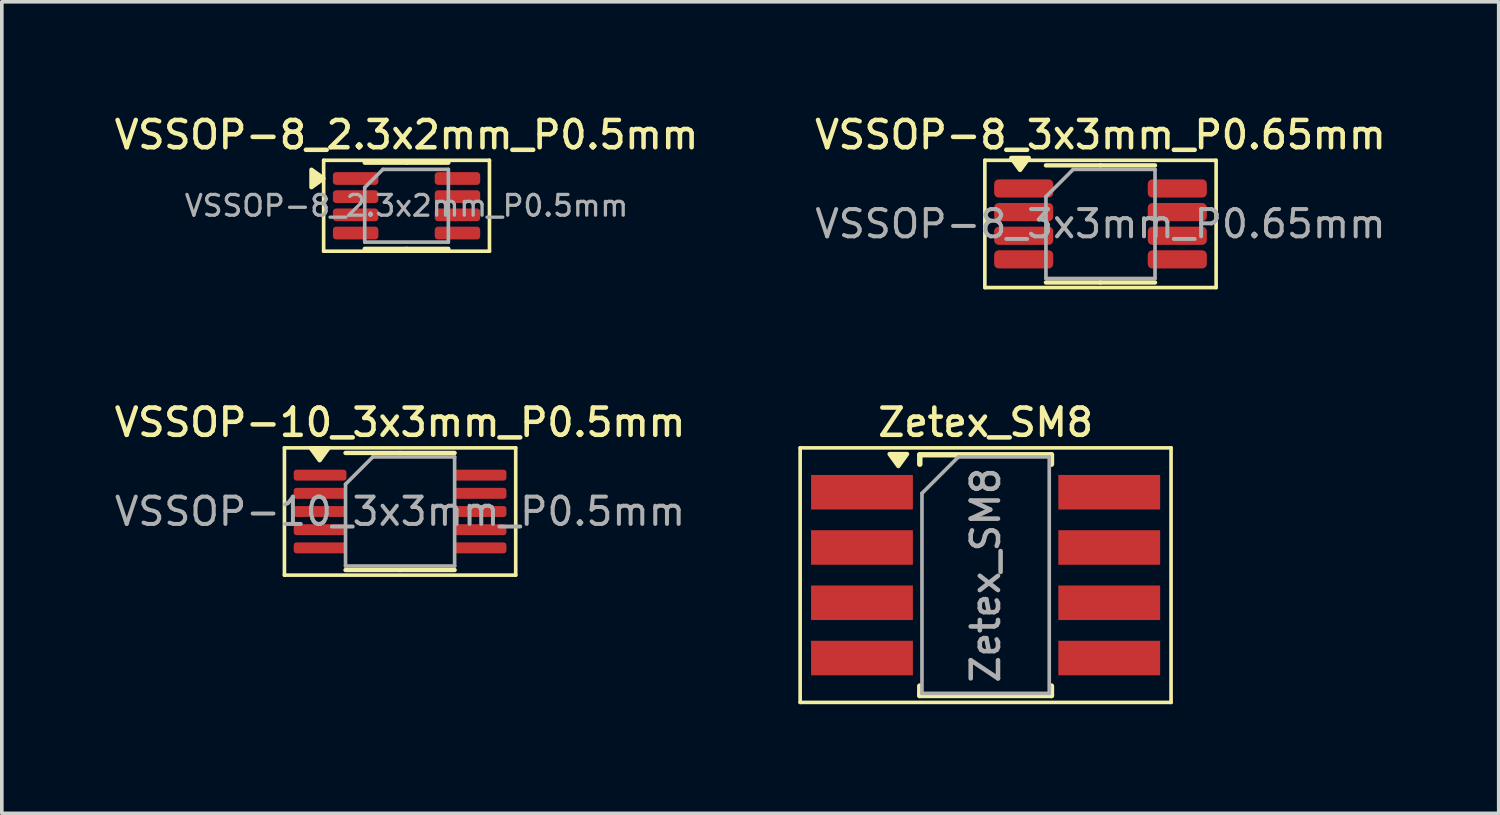
<source format=kicad_pcb>
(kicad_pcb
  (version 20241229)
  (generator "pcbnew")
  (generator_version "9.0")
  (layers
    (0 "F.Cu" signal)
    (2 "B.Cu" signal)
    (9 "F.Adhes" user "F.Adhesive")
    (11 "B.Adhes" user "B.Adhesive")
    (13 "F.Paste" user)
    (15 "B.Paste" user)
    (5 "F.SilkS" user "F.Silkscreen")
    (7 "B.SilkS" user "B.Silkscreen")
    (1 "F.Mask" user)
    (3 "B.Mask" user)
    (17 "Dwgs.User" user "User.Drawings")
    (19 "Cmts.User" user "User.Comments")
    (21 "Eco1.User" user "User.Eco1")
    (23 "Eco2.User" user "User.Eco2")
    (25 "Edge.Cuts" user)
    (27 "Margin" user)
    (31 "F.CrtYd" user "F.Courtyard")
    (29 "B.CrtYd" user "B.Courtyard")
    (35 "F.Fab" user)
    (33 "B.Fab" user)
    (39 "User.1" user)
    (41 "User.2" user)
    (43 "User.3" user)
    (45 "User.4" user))
  (footprint "VSSOP-8_2.3x2mm_P0.5mm"
    (layer "F.Cu")
    (at 8.13 2.608)
    (property "Reference" "VSSOP-8_2.3x2mm_P0.5mm" (at 0 -1.95 0) (layer "F.SilkS") (effects (font (size 0.75 0.75) (thickness 0.125))))
    (attr smd)
    (fp_line (start -2.28 -1.25) (end -2.28 1.25) (stroke (width 0.1) (type solid)) (layer "F.SilkS"))
    (fp_line (start -2.28 1.25) (end 2.28 1.25) (stroke (width 0.1) (type solid)) (layer "F.SilkS"))
    (fp_line (start 0 -1.185) (end -1.15 -1.185) (stroke (width 0.12) (type solid)) (layer "F.SilkS"))
    (fp_line (start 0 -1.185) (end 1.15 -1.185) (stroke (width 0.12) (type solid)) (layer "F.SilkS"))
    (fp_line (start 0 1.185) (end -1.15 1.185) (stroke (width 0.12) (type solid)) (layer "F.SilkS"))
    (fp_line (start 0 1.185) (end 1.15 1.185) (stroke (width 0.12) (type solid)) (layer "F.SilkS"))
    (fp_line (start 2.28 -1.25) (end -2.28 -1.25) (stroke (width 0.1) (type solid)) (layer "F.SilkS"))
    (fp_line (start 2.28 1.25) (end 2.28 -1.25) (stroke (width 0.1) (type solid)) (layer "F.SilkS"))
    (fp_poly (pts (xy -2.285 -0.75) (xy -2.615 -0.99) (xy -2.615 -0.51) (xy -2.285 -0.75)) (stroke (width 0.12) (type solid)) (fill yes) (layer "F.SilkS"))
    (fp_line (start -1.15 -0.5) (end -0.65 -1) (stroke (width 0.1) (type solid)) (layer "F.Fab"))
    (fp_line (start -1.15 1) (end -1.15 -0.5) (stroke (width 0.1) (type solid)) (layer "F.Fab"))
    (fp_line (start -0.65 -1) (end 1.15 -1) (stroke (width 0.1) (type solid)) (layer "F.Fab"))
    (fp_line (start 1.15 -1) (end 1.15 1) (stroke (width 0.1) (type solid)) (layer "F.Fab"))
    (fp_line (start 1.15 1) (end -1.15 1) (stroke (width 0.1) (type solid)) (layer "F.Fab"))
    (fp_text user "${REFERENCE}" (at 0 0 0) (layer "F.Fab") (effects (font (size 0.57 0.57) (thickness 0.09))))
    (pad "1" smd roundrect (at -1.4 -0.75) (size 1.25 0.35) (layers "F.Cu" "F.Mask" "F.Paste") (roundrect_rratio 0.25))
    (pad "2" smd roundrect (at -1.4 -0.25) (size 1.25 0.35) (layers "F.Cu" "F.Mask" "F.Paste") (roundrect_rratio 0.25))
    (pad "3" smd roundrect (at -1.4 0.25) (size 1.25 0.35) (layers "F.Cu" "F.Mask" "F.Paste") (roundrect_rratio 0.25))
    (pad "4" smd roundrect (at -1.4 0.75) (size 1.25 0.35) (layers "F.Cu" "F.Mask" "F.Paste") (roundrect_rratio 0.25))
    (pad "5" smd roundrect (at 1.4 0.75) (size 1.25 0.35) (layers "F.Cu" "F.Mask" "F.Paste") (roundrect_rratio 0.25))
    (pad "6" smd roundrect (at 1.4 0.25) (size 1.25 0.35) (layers "F.Cu" "F.Mask" "F.Paste") (roundrect_rratio 0.25))
    (pad "7" smd roundrect (at 1.4 -0.25) (size 1.25 0.35) (layers "F.Cu" "F.Mask" "F.Paste") (roundrect_rratio 0.25))
    (pad "8" smd roundrect (at 1.4 -0.75) (size 1.25 0.35) (layers "F.Cu" "F.Mask" "F.Paste") (roundrect_rratio 0.25)))
  (footprint "Zetex_SM8"
    (layer "F.Cu")
    (at 24.054 12.766)
    (property "Reference" "Zetex_SM8" (at 0 -4.2 0) (layer "F.SilkS") (effects (font (size 0.75 0.75) (thickness 0.125))))
    (attr smd)
    (fp_line (start -5.1 -3.5) (end -5.1 3.5) (stroke (width 0.1) (type solid)) (layer "F.SilkS"))
    (fp_line (start -5.1 -3.5) (end 5.1 -3.5) (stroke (width 0.1) (type solid)) (layer "F.SilkS"))
    (fp_line (start -5.1 3.5) (end 5.1 3.5) (stroke (width 0.1) (type solid)) (layer "F.SilkS"))
    (fp_line (start -1.81 -3.31) (end -1.81 -3.05) (stroke (width 0.15) (type solid)) (layer "F.SilkS"))
    (fp_line (start -1.81 -3.31) (end 1.81 -3.31) (stroke (width 0.15) (type solid)) (layer "F.SilkS"))
    (fp_line (start -1.81 3.31) (end -1.81 3.05) (stroke (width 0.15) (type solid)) (layer "F.SilkS"))
    (fp_line (start -1.81 3.31) (end 1.81 3.31) (stroke (width 0.15) (type solid)) (layer "F.SilkS"))
    (fp_line (start 1.81 -3.31) (end 1.81 -3.05) (stroke (width 0.15) (type solid)) (layer "F.SilkS"))
    (fp_line (start 1.81 3.31) (end 1.81 3.05) (stroke (width 0.15) (type solid)) (layer "F.SilkS"))
    (fp_line (start 5.1 -3.5) (end 5.1 3.5) (stroke (width 0.1) (type solid)) (layer "F.SilkS"))
    (fp_poly (pts (xy -2.4 -3) (xy -2.64 -3.33) (xy -2.16 -3.33) (xy -2.4 -3)) (stroke (width 0.12) (type solid)) (fill yes) (layer "F.SilkS"))
    (fp_line (start -1.75 -2.25) (end -0.75 -3.25) (stroke (width 0.1) (type solid)) (layer "F.Fab"))
    (fp_line (start -1.75 3.25) (end -1.75 -2.25) (stroke (width 0.1) (type solid)) (layer "F.Fab"))
    (fp_line (start -0.75 -3.25) (end 1.75 -3.25) (stroke (width 0.1) (type solid)) (layer "F.Fab"))
    (fp_line (start 1.75 -3.25) (end 1.75 3.25) (stroke (width 0.1) (type solid)) (layer "F.Fab"))
    (fp_line (start 1.75 3.25) (end -1.75 3.25) (stroke (width 0.1) (type solid)) (layer "F.Fab"))
    (fp_text user "${REFERENCE}" (at 0 0 90) (layer "F.Fab") (effects (font (size 0.75 0.75) (thickness 0.125))))
    (pad "1" smd rect (at -3.4 -2.28) (size 2.8 0.95) (layers "F.Cu" "F.Mask" "F.Paste"))
    (pad "2" smd rect (at -3.4 -0.76) (size 2.8 0.95) (layers "F.Cu" "F.Mask" "F.Paste"))
    (pad "3" smd rect (at -3.4 0.76) (size 2.8 0.95) (layers "F.Cu" "F.Mask" "F.Paste"))
    (pad "4" smd rect (at -3.4 2.28) (size 2.8 0.95) (layers "F.Cu" "F.Mask" "F.Paste"))
    (pad "5" smd rect (at 3.4 2.28) (size 2.8 0.95) (layers "F.Cu" "F.Mask" "F.Paste"))
    (pad "6" smd rect (at 3.4 0.76) (size 2.8 0.95) (layers "F.Cu" "F.Mask" "F.Paste"))
    (pad "7" smd rect (at 3.4 -0.76) (size 2.8 0.95) (layers "F.Cu" "F.Mask" "F.Paste"))
    (pad "8" smd rect (at 3.4 -2.28) (size 2.8 0.95) (layers "F.Cu" "F.Mask" "F.Paste")))
  (footprint "VSSOP-8_3x3mm_P0.65mm"
    (layer "F.Cu")
    (at 27.213 3.108)
    (property "Reference" "VSSOP-8_3x3mm_P0.65mm" (at 0 -2.45 0) (layer "F.SilkS") (effects (font (size 0.75 0.75) (thickness 0.125))))
    (attr smd)
    (fp_line (start -3.18 -1.75) (end -3.18 1.75) (stroke (width 0.1) (type solid)) (layer "F.SilkS"))
    (fp_line (start -3.18 1.75) (end 3.18 1.75) (stroke (width 0.1) (type solid)) (layer "F.SilkS"))
    (fp_line (start 0 -1.61) (end -1.5 -1.61) (stroke (width 0.12) (type solid)) (layer "F.SilkS"))
    (fp_line (start 0 -1.61) (end 1.5 -1.61) (stroke (width 0.12) (type solid)) (layer "F.SilkS"))
    (fp_line (start 0 1.61) (end -1.5 1.61) (stroke (width 0.12) (type solid)) (layer "F.SilkS"))
    (fp_line (start 0 1.61) (end 1.5 1.61) (stroke (width 0.12) (type solid)) (layer "F.SilkS"))
    (fp_line (start 3.18 -1.75) (end -3.18 -1.75) (stroke (width 0.1) (type solid)) (layer "F.SilkS"))
    (fp_line (start 3.18 1.75) (end 3.18 -1.75) (stroke (width 0.1) (type solid)) (layer "F.SilkS"))
    (fp_poly (pts (xy -2.212 -1.485) (xy -2.453 -1.815) (xy -1.972 -1.815) (xy -2.212 -1.485)) (stroke (width 0.12) (type solid)) (fill yes) (layer "F.SilkS"))
    (fp_line (start -1.5 -0.75) (end -0.75 -1.5) (stroke (width 0.1) (type solid)) (layer "F.Fab"))
    (fp_line (start -1.5 1.5) (end -1.5 -0.75) (stroke (width 0.1) (type solid)) (layer "F.Fab"))
    (fp_line (start -0.75 -1.5) (end 1.5 -1.5) (stroke (width 0.1) (type solid)) (layer "F.Fab"))
    (fp_line (start 1.5 -1.5) (end 1.5 1.5) (stroke (width 0.1) (type solid)) (layer "F.Fab"))
    (fp_line (start 1.5 1.5) (end -1.5 1.5) (stroke (width 0.1) (type solid)) (layer "F.Fab"))
    (fp_text user "${REFERENCE}" (at 0 0 0) (layer "F.Fab") (effects (font (size 0.75 0.75) (thickness 0.11))))
    (pad "1" smd roundrect (at -2.112 -0.975) (size 1.625 0.5) (layers "F.Cu" "F.Mask" "F.Paste") (roundrect_rratio 0.25))
    (pad "2" smd roundrect (at -2.112 -0.325) (size 1.625 0.5) (layers "F.Cu" "F.Mask" "F.Paste") (roundrect_rratio 0.25))
    (pad "3" smd roundrect (at -2.112 0.325) (size 1.625 0.5) (layers "F.Cu" "F.Mask" "F.Paste") (roundrect_rratio 0.25))
    (pad "4" smd roundrect (at -2.112 0.975) (size 1.625 0.5) (layers "F.Cu" "F.Mask" "F.Paste") (roundrect_rratio 0.25))
    (pad "5" smd roundrect (at 2.112 0.975) (size 1.625 0.5) (layers "F.Cu" "F.Mask" "F.Paste") (roundrect_rratio 0.25))
    (pad "6" smd roundrect (at 2.112 0.325) (size 1.625 0.5) (layers "F.Cu" "F.Mask" "F.Paste") (roundrect_rratio 0.25))
    (pad "7" smd roundrect (at 2.112 -0.325) (size 1.625 0.5) (layers "F.Cu" "F.Mask" "F.Paste") (roundrect_rratio 0.25))
    (pad "8" smd roundrect (at 2.112 -0.975) (size 1.625 0.5) (layers "F.Cu" "F.Mask" "F.Paste") (roundrect_rratio 0.25)))
  (footprint "VSSOP-10_3x3mm_P0.5mm"
    (layer "F.Cu")
    (at 7.952 11.016)
    (property "Reference" "VSSOP-10_3x3mm_P0.5mm" (at 0 -2.45 0) (layer "F.SilkS") (effects (font (size 0.75 0.75) (thickness 0.125))))
    (attr smd)
    (fp_line (start -3.18 -1.75) (end -3.18 1.75) (stroke (width 0.1) (type solid)) (layer "F.SilkS"))
    (fp_line (start -3.18 1.75) (end 3.18 1.75) (stroke (width 0.1) (type solid)) (layer "F.SilkS"))
    (fp_line (start 0 -1.61) (end -1.5 -1.61) (stroke (width 0.12) (type solid)) (layer "F.SilkS"))
    (fp_line (start 0 -1.61) (end 1.5 -1.61) (stroke (width 0.12) (type solid)) (layer "F.SilkS"))
    (fp_line (start 0 1.61) (end -1.5 1.61) (stroke (width 0.12) (type solid)) (layer "F.SilkS"))
    (fp_line (start 0 1.61) (end 1.5 1.61) (stroke (width 0.12) (type solid)) (layer "F.SilkS"))
    (fp_line (start 3.18 -1.75) (end -3.18 -1.75) (stroke (width 0.1) (type solid)) (layer "F.SilkS"))
    (fp_line (start 3.18 1.75) (end 3.18 -1.75) (stroke (width 0.1) (type solid)) (layer "F.SilkS"))
    (fp_poly (pts (xy -2.212 -1.41) (xy -2.453 -1.74) (xy -1.972 -1.74) (xy -2.212 -1.41)) (stroke (width 0.12) (type solid)) (fill yes) (layer "F.SilkS"))
    (fp_line (start -1.5 -0.75) (end -0.75 -1.5) (stroke (width 0.1) (type solid)) (layer "F.Fab"))
    (fp_line (start -1.5 1.5) (end -1.5 -0.75) (stroke (width 0.1) (type solid)) (layer "F.Fab"))
    (fp_line (start -0.75 -1.5) (end 1.5 -1.5) (stroke (width 0.1) (type solid)) (layer "F.Fab"))
    (fp_line (start 1.5 -1.5) (end 1.5 1.5) (stroke (width 0.1) (type solid)) (layer "F.Fab"))
    (fp_line (start 1.5 1.5) (end -1.5 1.5) (stroke (width 0.1) (type solid)) (layer "F.Fab"))
    (fp_text user "${REFERENCE}" (at 0 0 0) (layer "F.Fab") (effects (font (size 0.75 0.75) (thickness 0.11))))
    (pad "1" smd roundrect (at -2.2 -1) (size 1.45 0.3) (layers "F.Cu" "F.Mask" "F.Paste") (roundrect_rratio 0.25))
    (pad "2" smd roundrect (at -2.2 -0.5) (size 1.45 0.3) (layers "F.Cu" "F.Mask" "F.Paste") (roundrect_rratio 0.25))
    (pad "3" smd roundrect (at -2.2 0) (size 1.45 0.3) (layers "F.Cu" "F.Mask" "F.Paste") (roundrect_rratio 0.25))
    (pad "4" smd roundrect (at -2.2 0.5) (size 1.45 0.3) (layers "F.Cu" "F.Mask" "F.Paste") (roundrect_rratio 0.25))
    (pad "5" smd roundrect (at -2.2 1) (size 1.45 0.3) (layers "F.Cu" "F.Mask" "F.Paste") (roundrect_rratio 0.25))
    (pad "6" smd roundrect (at 2.2 1) (size 1.45 0.3) (layers "F.Cu" "F.Mask" "F.Paste") (roundrect_rratio 0.25))
    (pad "7" smd roundrect (at 2.2 0.5) (size 1.45 0.3) (layers "F.Cu" "F.Mask" "F.Paste") (roundrect_rratio 0.25))
    (pad "8" smd roundrect (at 2.2 0) (size 1.45 0.3) (layers "F.Cu" "F.Mask" "F.Paste") (roundrect_rratio 0.25))
    (pad "9" smd roundrect (at 2.2 -0.5) (size 1.45 0.3) (layers "F.Cu" "F.Mask" "F.Paste") (roundrect_rratio 0.25))
    (pad "10" smd roundrect (at 2.2 -1) (size 1.45 0.3) (layers "F.Cu" "F.Mask" "F.Paste") (roundrect_rratio 0.25)))
  (gr_rect
    (start -3 -3)
    (end 38.164 19.316)
    (stroke (width 0.1) (type default))
    (fill no)
    (layer "Edge.Cuts")))
</source>
